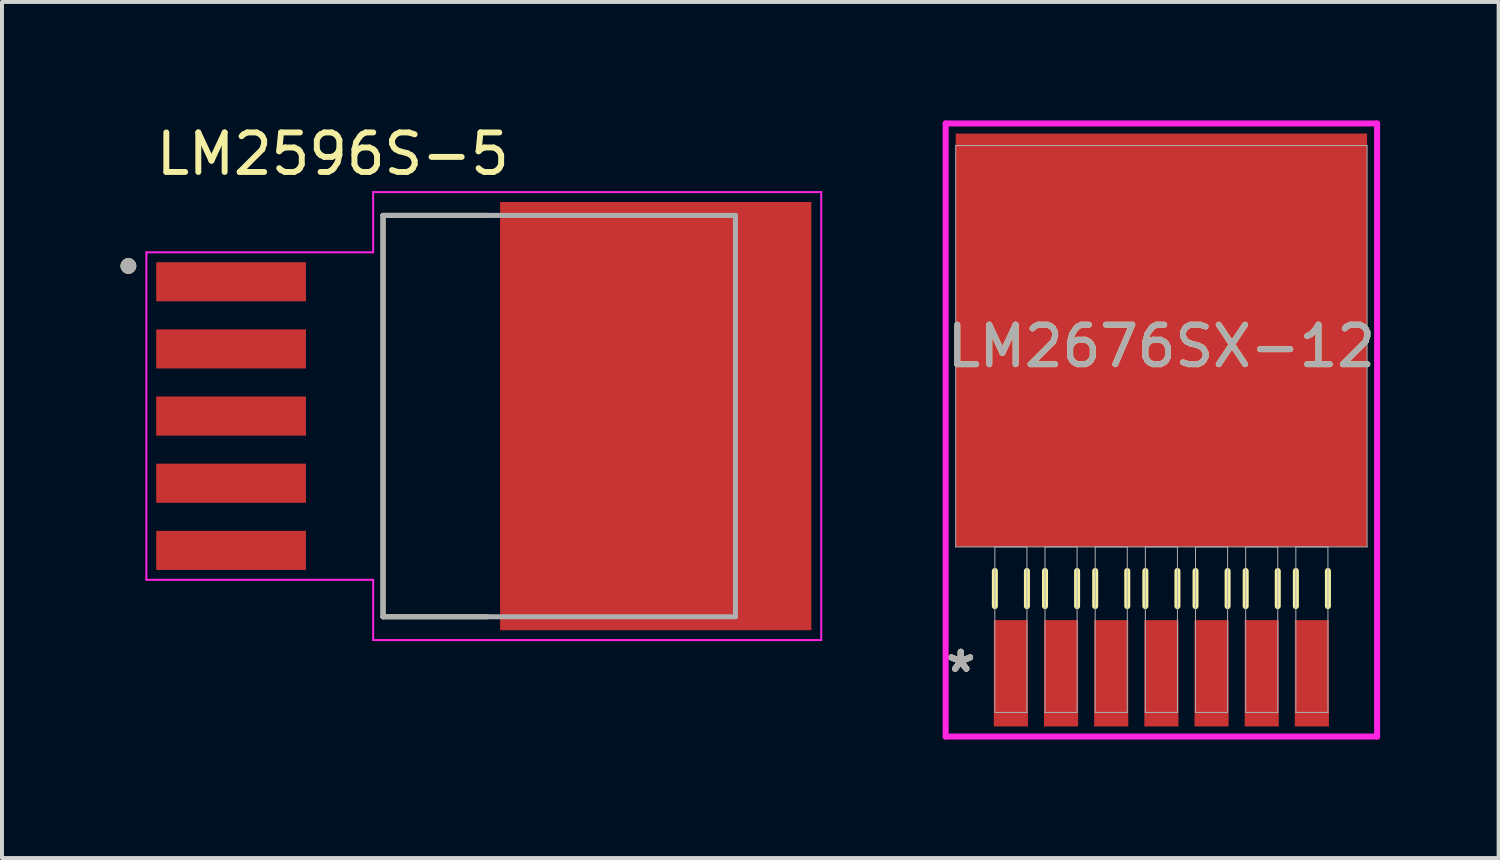
<source format=kicad_pcb>
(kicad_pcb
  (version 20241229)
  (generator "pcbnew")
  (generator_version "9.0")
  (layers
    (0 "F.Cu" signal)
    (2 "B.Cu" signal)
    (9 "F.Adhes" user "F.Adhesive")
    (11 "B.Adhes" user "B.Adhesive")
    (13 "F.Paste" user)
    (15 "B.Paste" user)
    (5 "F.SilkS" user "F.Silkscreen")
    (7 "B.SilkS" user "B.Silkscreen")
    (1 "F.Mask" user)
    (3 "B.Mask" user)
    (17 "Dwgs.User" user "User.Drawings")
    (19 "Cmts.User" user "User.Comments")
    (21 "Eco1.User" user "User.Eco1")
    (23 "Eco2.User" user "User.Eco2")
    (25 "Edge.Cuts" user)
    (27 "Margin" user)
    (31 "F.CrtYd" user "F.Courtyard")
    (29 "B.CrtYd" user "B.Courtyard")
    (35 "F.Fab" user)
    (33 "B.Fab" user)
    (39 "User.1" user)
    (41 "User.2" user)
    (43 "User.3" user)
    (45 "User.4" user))
  (footprint "LM2596S-5"
    (layer "F.Cu")
    (at 9.2 7.483)
    (property "Reference" "LM2596S-5" (at -3.825 -6.635 0) (layer "F.SilkS") (effects (font (size 1 1) (thickness 0.15))))
    (attr smd)
    (fp_line (start -2.553 -5.08) (end 0.09 -5.08) (stroke (width 0.127) (type solid)) (layer "F.SilkS"))
    (fp_line (start -2.553 5.08) (end -2.553 -5.08) (stroke (width 0.127) (type solid)) (layer "F.SilkS"))
    (fp_line (start 0.09 5.08) (end -2.553 5.08) (stroke (width 0.127) (type solid)) (layer "F.SilkS"))
    (fp_circle (center -9 -3.8) (end -8.9 -3.8) (stroke (width 0.2) (type solid)) (fill no) (layer "F.SilkS"))
    (fp_poly (pts (xy 0.96 -5.15) (xy 2.48 -5.15) (xy 2.48 -3.9) (xy 0.96 -3.9)) (stroke (width 0.01) (type solid)) (fill yes) (layer "F.Paste"))
    (fp_poly (pts (xy 0.96 -3.34) (xy 2.48 -3.34) (xy 2.48 -2.09) (xy 0.96 -2.09)) (stroke (width 0.01) (type solid)) (fill yes) (layer "F.Paste"))
    (fp_poly (pts (xy 0.96 -1.53) (xy 2.48 -1.53) (xy 2.48 -0.28) (xy 0.96 -0.28)) (stroke (width 0.01) (type solid)) (fill yes) (layer "F.Paste"))
    (fp_poly (pts (xy 0.96 0.28) (xy 2.48 0.28) (xy 2.48 1.53) (xy 0.96 1.53)) (stroke (width 0.01) (type solid)) (fill yes) (layer "F.Paste"))
    (fp_poly (pts (xy 0.96 2.09) (xy 2.48 2.09) (xy 2.48 3.34) (xy 0.96 3.34)) (stroke (width 0.01) (type solid)) (fill yes) (layer "F.Paste"))
    (fp_poly (pts (xy 0.96 3.9) (xy 2.48 3.9) (xy 2.48 5.15) (xy 0.96 5.15)) (stroke (width 0.01) (type solid)) (fill yes) (layer "F.Paste"))
    (fp_poly (pts (xy 3.59 -5.15) (xy 5.11 -5.15) (xy 5.11 -3.9) (xy 3.59 -3.9)) (stroke (width 0.01) (type solid)) (fill yes) (layer "F.Paste"))
    (fp_poly (pts (xy 3.59 -3.34) (xy 5.11 -3.34) (xy 5.11 -2.09) (xy 3.59 -2.09)) (stroke (width 0.01) (type solid)) (fill yes) (layer "F.Paste"))
    (fp_poly (pts (xy 3.59 -1.53) (xy 5.11 -1.53) (xy 5.11 -0.28) (xy 3.59 -0.28)) (stroke (width 0.01) (type solid)) (fill yes) (layer "F.Paste"))
    (fp_poly (pts (xy 3.59 0.28) (xy 5.11 0.28) (xy 5.11 1.53) (xy 3.59 1.53)) (stroke (width 0.01) (type solid)) (fill yes) (layer "F.Paste"))
    (fp_poly (pts (xy 3.59 2.09) (xy 5.11 2.09) (xy 5.11 3.34) (xy 3.59 3.34)) (stroke (width 0.01) (type solid)) (fill yes) (layer "F.Paste"))
    (fp_poly (pts (xy 3.59 3.9) (xy 5.11 3.9) (xy 5.11 5.15) (xy 3.59 5.15)) (stroke (width 0.01) (type solid)) (fill yes) (layer "F.Paste"))
    (fp_poly (pts (xy 6.22 -5.15) (xy 7.74 -5.15) (xy 7.74 -3.9) (xy 6.22 -3.9)) (stroke (width 0.01) (type solid)) (fill yes) (layer "F.Paste"))
    (fp_poly (pts (xy 6.22 -3.34) (xy 7.74 -3.34) (xy 7.74 -2.09) (xy 6.22 -2.09)) (stroke (width 0.01) (type solid)) (fill yes) (layer "F.Paste"))
    (fp_poly (pts (xy 6.22 -1.53) (xy 7.74 -1.53) (xy 7.74 -0.28) (xy 6.22 -0.28)) (stroke (width 0.01) (type solid)) (fill yes) (layer "F.Paste"))
    (fp_poly (pts (xy 6.22 0.28) (xy 7.74 0.28) (xy 7.74 1.53) (xy 6.22 1.53)) (stroke (width 0.01) (type solid)) (fill yes) (layer "F.Paste"))
    (fp_poly (pts (xy 6.22 2.09) (xy 7.74 2.09) (xy 7.74 3.34) (xy 6.22 3.34)) (stroke (width 0.01) (type solid)) (fill yes) (layer "F.Paste"))
    (fp_poly (pts (xy 6.22 3.9) (xy 7.74 3.9) (xy 7.74 5.15) (xy 6.22 5.15)) (stroke (width 0.01) (type solid)) (fill yes) (layer "F.Paste"))
    (fp_line (start -8.545 -4.145) (end -8.545 4.145) (stroke (width 0.05) (type solid)) (layer "F.CrtYd"))
    (fp_line (start -8.545 4.145) (end -2.803 4.145) (stroke (width 0.05) (type solid)) (layer "F.CrtYd"))
    (fp_line (start -2.803 -5.67) (end -2.803 -4.145) (stroke (width 0.05) (type solid)) (layer "F.CrtYd"))
    (fp_line (start -2.803 -4.145) (end -8.545 -4.145) (stroke (width 0.05) (type solid)) (layer "F.CrtYd"))
    (fp_line (start -2.803 4.145) (end -2.803 5.67) (stroke (width 0.05) (type solid)) (layer "F.CrtYd"))
    (fp_line (start -2.803 5.67) (end 8.54 5.67) (stroke (width 0.05) (type solid)) (layer "F.CrtYd"))
    (fp_line (start 8.54 -5.67) (end -2.803 -5.67) (stroke (width 0.05) (type solid)) (layer "F.CrtYd"))
    (fp_line (start 8.54 5.67) (end 8.54 -5.67) (stroke (width 0.05) (type solid)) (layer "F.CrtYd"))
    (fp_line (start -2.553 -5.08) (end 6.368 -5.08) (stroke (width 0.127) (type solid)) (layer "F.Fab"))
    (fp_line (start -2.553 5.08) (end -2.553 -5.08) (stroke (width 0.127) (type solid)) (layer "F.Fab"))
    (fp_line (start 6.368 -5.08) (end 6.368 5.08) (stroke (width 0.127) (type solid)) (layer "F.Fab"))
    (fp_line (start 6.368 5.08) (end -2.553 5.08) (stroke (width 0.127) (type solid)) (layer "F.Fab"))
    (fp_circle (center -9 -3.8) (end -8.9 -3.8) (stroke (width 0.2) (type solid)) (fill no) (layer "F.Fab"))
    (pad "1" smd rect (at -6.4 -3.4) (size 3.79 0.99) (layers "F.Cu" "F.Mask" "F.Paste"))
    (pad "2" smd rect (at -6.4 -1.7) (size 3.79 0.99) (layers "F.Cu" "F.Mask" "F.Paste"))
    (pad "3" smd rect (at -6.4 0) (size 3.79 0.99) (layers "F.Cu" "F.Mask" "F.Paste"))
    (pad "4" smd rect (at -6.4 1.7) (size 3.79 0.99) (layers "F.Cu" "F.Mask" "F.Paste"))
    (pad "5" smd rect (at -6.4 3.4) (size 3.79 0.99) (layers "F.Cu" "F.Mask" "F.Paste"))
    (pad "6" smd rect (at 4.35 0) (size 7.88 10.84) (layers "F.Cu" "F.Mask")))
  (footprint "LM2676SX-12"
    (layer "F.Cu")
    (at 26.351 5.715)
    (property "Reference" "LM2676SX-12" (at 0 0 0) (unlocked yes) (layer "F.SilkS") (effects (font (size 1 1) (thickness 0.15))))
    (attr smd)
    (fp_line (start -4.216 5.69) (end -4.216 6.579) (stroke (width 0.152) (type solid)) (layer "F.SilkS"))
    (fp_line (start -3.404 5.69) (end -3.404 6.579) (stroke (width 0.152) (type solid)) (layer "F.SilkS"))
    (fp_line (start -2.946 5.69) (end -2.946 6.579) (stroke (width 0.152) (type solid)) (layer "F.SilkS"))
    (fp_line (start -2.134 5.69) (end -2.134 6.579) (stroke (width 0.152) (type solid)) (layer "F.SilkS"))
    (fp_line (start -1.676 5.69) (end -1.676 6.579) (stroke (width 0.152) (type solid)) (layer "F.SilkS"))
    (fp_line (start -0.864 5.69) (end -0.864 6.579) (stroke (width 0.152) (type solid)) (layer "F.SilkS"))
    (fp_line (start -0.406 5.69) (end -0.406 6.579) (stroke (width 0.152) (type solid)) (layer "F.SilkS"))
    (fp_line (start 0.406 5.69) (end 0.406 6.579) (stroke (width 0.152) (type solid)) (layer "F.SilkS"))
    (fp_line (start 0.864 5.69) (end 0.864 6.579) (stroke (width 0.152) (type solid)) (layer "F.SilkS"))
    (fp_line (start 1.676 5.69) (end 1.676 6.579) (stroke (width 0.152) (type solid)) (layer "F.SilkS"))
    (fp_line (start 2.134 5.69) (end 2.134 6.579) (stroke (width 0.152) (type solid)) (layer "F.SilkS"))
    (fp_line (start 2.946 5.69) (end 2.946 6.579) (stroke (width 0.152) (type solid)) (layer "F.SilkS"))
    (fp_line (start 3.404 5.69) (end 3.404 6.579) (stroke (width 0.152) (type solid)) (layer "F.SilkS"))
    (fp_line (start 4.216 5.69) (end 4.216 6.579) (stroke (width 0.152) (type solid)) (layer "F.SilkS"))
    (fp_line (start -5.461 -5.639) (end 5.461 -5.639) (stroke (width 0.152) (type solid)) (layer "F.CrtYd"))
    (fp_line (start -5.461 9.881) (end -5.461 -5.639) (stroke (width 0.152) (type solid)) (layer "F.CrtYd"))
    (fp_line (start 5.461 -5.639) (end 5.461 9.881) (stroke (width 0.152) (type solid)) (layer "F.CrtYd"))
    (fp_line (start 5.461 9.881) (end -5.461 9.881) (stroke (width 0.152) (type solid)) (layer "F.CrtYd"))
    (fp_line (start -5.207 -5.08) (end -5.207 5.08) (stroke (width 0.025) (type solid)) (layer "F.Fab"))
    (fp_line (start -5.207 5.08) (end 5.207 5.08) (stroke (width 0.025) (type solid)) (layer "F.Fab"))
    (fp_line (start -4.216 5.08) (end -4.216 9.271) (stroke (width 0.025) (type solid)) (layer "F.Fab"))
    (fp_line (start -4.216 9.271) (end -3.404 9.271) (stroke (width 0.025) (type solid)) (layer "F.Fab"))
    (fp_line (start -3.404 5.08) (end -4.216 5.08) (stroke (width 0.025) (type solid)) (layer "F.Fab"))
    (fp_line (start -3.404 9.271) (end -3.404 5.08) (stroke (width 0.025) (type solid)) (layer "F.Fab"))
    (fp_line (start -2.946 5.08) (end -2.946 9.271) (stroke (width 0.025) (type solid)) (layer "F.Fab"))
    (fp_line (start -2.946 9.271) (end -2.134 9.271) (stroke (width 0.025) (type solid)) (layer "F.Fab"))
    (fp_line (start -2.134 5.08) (end -2.946 5.08) (stroke (width 0.025) (type solid)) (layer "F.Fab"))
    (fp_line (start -2.134 9.271) (end -2.134 5.08) (stroke (width 0.025) (type solid)) (layer "F.Fab"))
    (fp_line (start -1.676 5.08) (end -1.676 9.271) (stroke (width 0.025) (type solid)) (layer "F.Fab"))
    (fp_line (start -1.676 9.271) (end -0.864 9.271) (stroke (width 0.025) (type solid)) (layer "F.Fab"))
    (fp_line (start -0.864 5.08) (end -1.676 5.08) (stroke (width 0.025) (type solid)) (layer "F.Fab"))
    (fp_line (start -0.864 9.271) (end -0.864 5.08) (stroke (width 0.025) (type solid)) (layer "F.Fab"))
    (fp_line (start -0.406 5.08) (end -0.406 9.271) (stroke (width 0.025) (type solid)) (layer "F.Fab"))
    (fp_line (start -0.406 9.271) (end 0.406 9.271) (stroke (width 0.025) (type solid)) (layer "F.Fab"))
    (fp_line (start 0.406 5.08) (end -0.406 5.08) (stroke (width 0.025) (type solid)) (layer "F.Fab"))
    (fp_line (start 0.406 9.271) (end 0.406 5.08) (stroke (width 0.025) (type solid)) (layer "F.Fab"))
    (fp_line (start 0.864 5.08) (end 0.864 9.271) (stroke (width 0.025) (type solid)) (layer "F.Fab"))
    (fp_line (start 0.864 9.271) (end 1.676 9.271) (stroke (width 0.025) (type solid)) (layer "F.Fab"))
    (fp_line (start 1.676 5.08) (end 0.864 5.08) (stroke (width 0.025) (type solid)) (layer "F.Fab"))
    (fp_line (start 1.676 9.271) (end 1.676 5.08) (stroke (width 0.025) (type solid)) (layer "F.Fab"))
    (fp_line (start 2.134 5.08) (end 2.134 9.271) (stroke (width 0.025) (type solid)) (layer "F.Fab"))
    (fp_line (start 2.134 9.271) (end 2.946 9.271) (stroke (width 0.025) (type solid)) (layer "F.Fab"))
    (fp_line (start 2.946 5.08) (end 2.134 5.08) (stroke (width 0.025) (type solid)) (layer "F.Fab"))
    (fp_line (start 2.946 9.271) (end 2.946 5.08) (stroke (width 0.025) (type solid)) (layer "F.Fab"))
    (fp_line (start 3.404 5.08) (end 3.404 9.271) (stroke (width 0.025) (type solid)) (layer "F.Fab"))
    (fp_line (start 3.404 9.271) (end 4.216 9.271) (stroke (width 0.025) (type solid)) (layer "F.Fab"))
    (fp_line (start 4.216 5.08) (end 3.404 5.08) (stroke (width 0.025) (type solid)) (layer "F.Fab"))
    (fp_line (start 4.216 9.271) (end 4.216 5.08) (stroke (width 0.025) (type solid)) (layer "F.Fab"))
    (fp_line (start 5.207 -5.08) (end -5.207 -5.08) (stroke (width 0.025) (type solid)) (layer "F.Fab"))
    (fp_line (start 5.207 5.08) (end 5.207 -5.08) (stroke (width 0.025) (type solid)) (layer "F.Fab"))
    (fp_text user "*" (at -5.08 8.28 0) (unlocked yes) (layer "F.SilkS") (effects (font (size 1 1) (thickness 0.15))))
    (fp_text user "*" (at -5.08 8.28 0) (layer "F.SilkS") (effects (font (size 1 1) (thickness 0.15))))
    (fp_text user "${REFERENCE}" (at 0 0 0) (unlocked yes) (layer "F.Fab") (effects (font (size 1 1) (thickness 0.15))))
    (fp_text user "*" (at -5.08 8.28 0) (layer "F.Fab") (effects (font (size 1 1) (thickness 0.15))))
    (fp_text user "*" (at -5.08 8.28 0) (unlocked yes) (layer "F.Fab") (effects (font (size 1 1) (thickness 0.15))))
    (pad "1" smd rect (at -3.81 8.28) (size 0.864 2.692) (layers "F.Cu" "F.Mask" "F.Paste"))
    (pad "2" smd rect (at -2.54 8.28) (size 0.864 2.692) (layers "F.Cu" "F.Mask" "F.Paste"))
    (pad "3" smd rect (at -1.27 8.28) (size 0.864 2.692) (layers "F.Cu" "F.Mask" "F.Paste"))
    (pad "4" smd rect (at 0 8.28) (size 0.864 2.692) (layers "F.Cu" "F.Mask" "F.Paste"))
    (pad "5" smd rect (at 1.27 8.28) (size 0.864 2.692) (layers "F.Cu" "F.Mask" "F.Paste"))
    (pad "6" smd rect (at 2.54 8.28) (size 0.864 2.692) (layers "F.Cu" "F.Mask" "F.Paste"))
    (pad "7" smd rect (at 3.81 8.28) (size 0.864 2.692) (layers "F.Cu" "F.Mask" "F.Paste"))
    (pad "8" smd rect (at 0 -0.152) (size 10.414 10.465) (layers "F.Cu" "F.Mask" "F.Paste")))
  (gr_rect
    (start -3 -3)
    (end 34.888 18.672)
    (stroke (width 0.1) (type default))
    (fill no)
    (layer "Edge.Cuts")))
</source>
